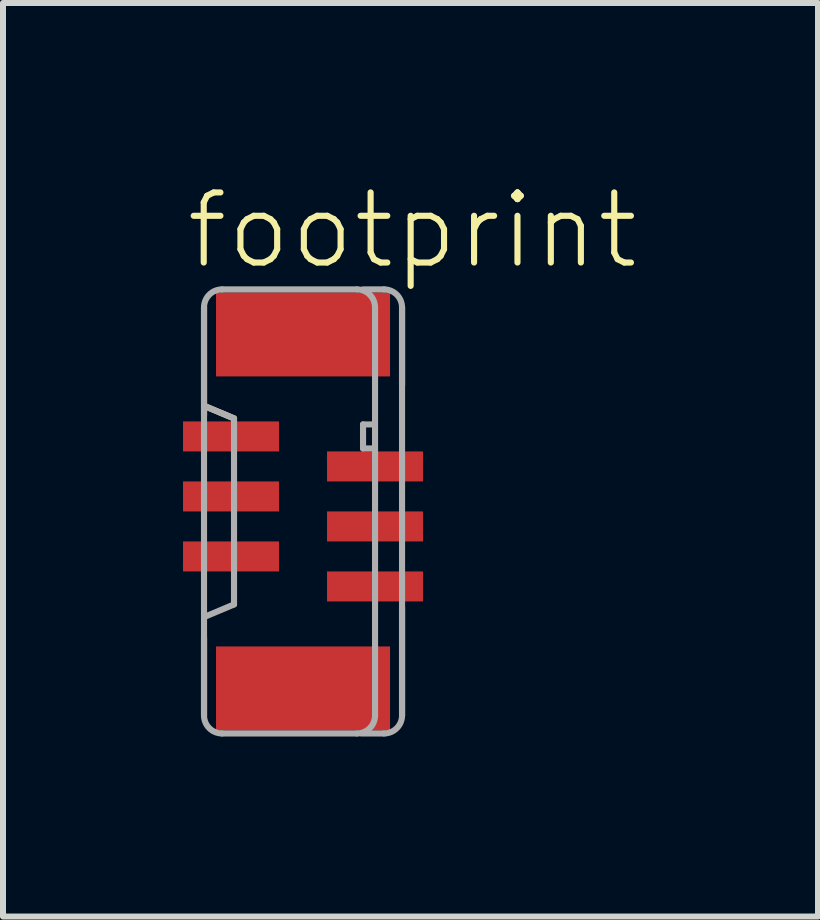
<source format=kicad_pcb>
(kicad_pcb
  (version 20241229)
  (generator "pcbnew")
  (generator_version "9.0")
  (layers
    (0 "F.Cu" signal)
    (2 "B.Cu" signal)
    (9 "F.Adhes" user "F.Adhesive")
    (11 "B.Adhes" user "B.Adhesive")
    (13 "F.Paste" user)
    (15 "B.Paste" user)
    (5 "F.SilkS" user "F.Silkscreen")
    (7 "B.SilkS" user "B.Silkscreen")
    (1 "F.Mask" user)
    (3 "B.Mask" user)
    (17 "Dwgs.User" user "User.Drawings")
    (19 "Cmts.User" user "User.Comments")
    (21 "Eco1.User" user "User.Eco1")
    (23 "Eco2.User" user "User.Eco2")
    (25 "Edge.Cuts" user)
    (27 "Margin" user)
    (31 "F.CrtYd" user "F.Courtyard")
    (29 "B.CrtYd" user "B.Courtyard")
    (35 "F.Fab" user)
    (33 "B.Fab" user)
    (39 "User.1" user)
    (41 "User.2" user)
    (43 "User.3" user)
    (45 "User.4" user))
  (footprint "footprint"
    (layer "F.Cu")
    (at 2 5.473)
    (property "Reference" "footprint" (at -2 -4 0) (layer "F.SilkS") (effects (font (size 1.168 1.168) (thickness 0.102)) (justify left bottom)))
    (fp_line (start -1.65 -3.4) (end -1.65 -1.6) (stroke (width 0.102) (type solid)) (layer "F.SilkS"))
    (fp_line (start -1.65 2.1) (end -1.65 3.4) (stroke (width 0.102) (type solid)) (layer "F.SilkS"))
    (fp_line (start -1.625 -1.75) (end -1.15 -1.55) (stroke (width 0.102) (type solid)) (layer "F.SilkS"))
    (fp_line (start 1.65 -2.1) (end 1.65 -3.4) (stroke (width 0.102) (type solid)) (layer "F.SilkS"))
    (fp_line (start 1.65 3.4) (end 1.65 1.6) (stroke (width 0.102) (type solid)) (layer "F.SilkS"))
    (fp_line (start -1.65 -3.4) (end -1.65 3.4) (stroke (width 0.102) (type solid)) (layer "F.Fab"))
    (fp_line (start -1.625 -1.75) (end -1.15 -1.55) (stroke (width 0.102) (type solid)) (layer "F.Fab"))
    (fp_line (start -1.35 3.7) (end 0.9 3.7) (stroke (width 0.102) (type solid)) (layer "F.Fab"))
    (fp_line (start -1.15 -1.55) (end -1.15 1.55) (stroke (width 0.102) (type solid)) (layer "F.Fab"))
    (fp_line (start -1.15 1.55) (end -1.625 1.75) (stroke (width 0.102) (type solid)) (layer "F.Fab"))
    (fp_line (start 0.9 -3.7) (end -1.35 -3.7) (stroke (width 0.102) (type solid)) (layer "F.Fab"))
    (fp_line (start 0.975 3.7) (end 1.35 3.7) (stroke (width 0.102) (type solid)) (layer "F.Fab"))
    (fp_line (start 1 -3.7) (end 1.35 -3.7) (stroke (width 0.102) (type solid)) (layer "F.Fab"))
    (fp_line (start 1 -1.45) (end 1 -1.05) (stroke (width 0.102) (type solid)) (layer "F.Fab"))
    (fp_line (start 1 -1.05) (end 1.15 -1.05) (stroke (width 0.102) (type solid)) (layer "F.Fab"))
    (fp_line (start 1.15 -1.45) (end 1 -1.45) (stroke (width 0.102) (type solid)) (layer "F.Fab"))
    (fp_line (start 1.2 3.4) (end 1.2 -3.4) (stroke (width 0.102) (type solid)) (layer "F.Fab"))
    (fp_line (start 1.65 3.4) (end 1.65 -3.4) (stroke (width 0.102) (type solid)) (layer "F.Fab"))
    (fp_arc (start -1.65 -3.4) (mid -1.562132 -3.612132) (end -1.35 -3.7) (stroke (width 0.1016) (type solid)) (layer "F.Fab"))
    (fp_arc (start -1.35 3.7) (mid -1.562132 3.612132) (end -1.65 3.4) (stroke (width 0.1016) (type solid)) (layer "F.Fab"))
    (fp_arc (start 0.9 -3.7) (mid 1.112132 -3.612132) (end 1.2 -3.4) (stroke (width 0.1016) (type solid)) (layer "F.Fab"))
    (fp_arc (start 1.2 3.4) (mid 1.112132 3.612132) (end 0.9 3.7) (stroke (width 0.1016) (type solid)) (layer "F.Fab"))
    (fp_arc (start 1.35 -3.7) (mid 1.562132 -3.612132) (end 1.65 -3.4) (stroke (width 0.1016) (type solid)) (layer "F.Fab"))
    (fp_arc (start 1.65 3.4) (mid 1.562132 3.612132) (end 1.35 3.7) (stroke (width 0.1016) (type solid)) (layer "F.Fab"))
    (pad "1" smd rect (at -1.2 -1.25 270) (size 0.5 1.6) (layers "F.Cu" "F.Mask" "F.Paste"))
    (pad "2" smd rect (at 1.2 -0.75 90) (size 0.5 1.6) (layers "F.Cu" "F.Mask" "F.Paste"))
    (pad "3" smd rect (at -1.2 -0.25 270) (size 0.5 1.6) (layers "F.Cu" "F.Mask" "F.Paste"))
    (pad "4" smd rect (at 1.2 0.25 90) (size 0.5 1.6) (layers "F.Cu" "F.Mask" "F.Paste"))
    (pad "5" smd rect (at -1.2 0.75 270) (size 0.5 1.6) (layers "F.Cu" "F.Mask" "F.Paste"))
    (pad "6" smd rect (at 1.2 1.25 90) (size 0.5 1.6) (layers "F.Cu" "F.Mask" "F.Paste"))
    (pad "M1" smd rect (at 0 -2.95 270) (size 1.4 2.9) (layers "F.Cu" "F.Mask" "F.Paste"))
    (pad "M2" smd rect (at 0 2.95 270) (size 1.4 2.9) (layers "F.Cu" "F.Mask" "F.Paste")))
  (gr_rect
    (start -3 -3)
    (end 10.582 12.224)
    (stroke (width 0.1) (type default))
    (fill no)
    (layer "Edge.Cuts")))
</source>
